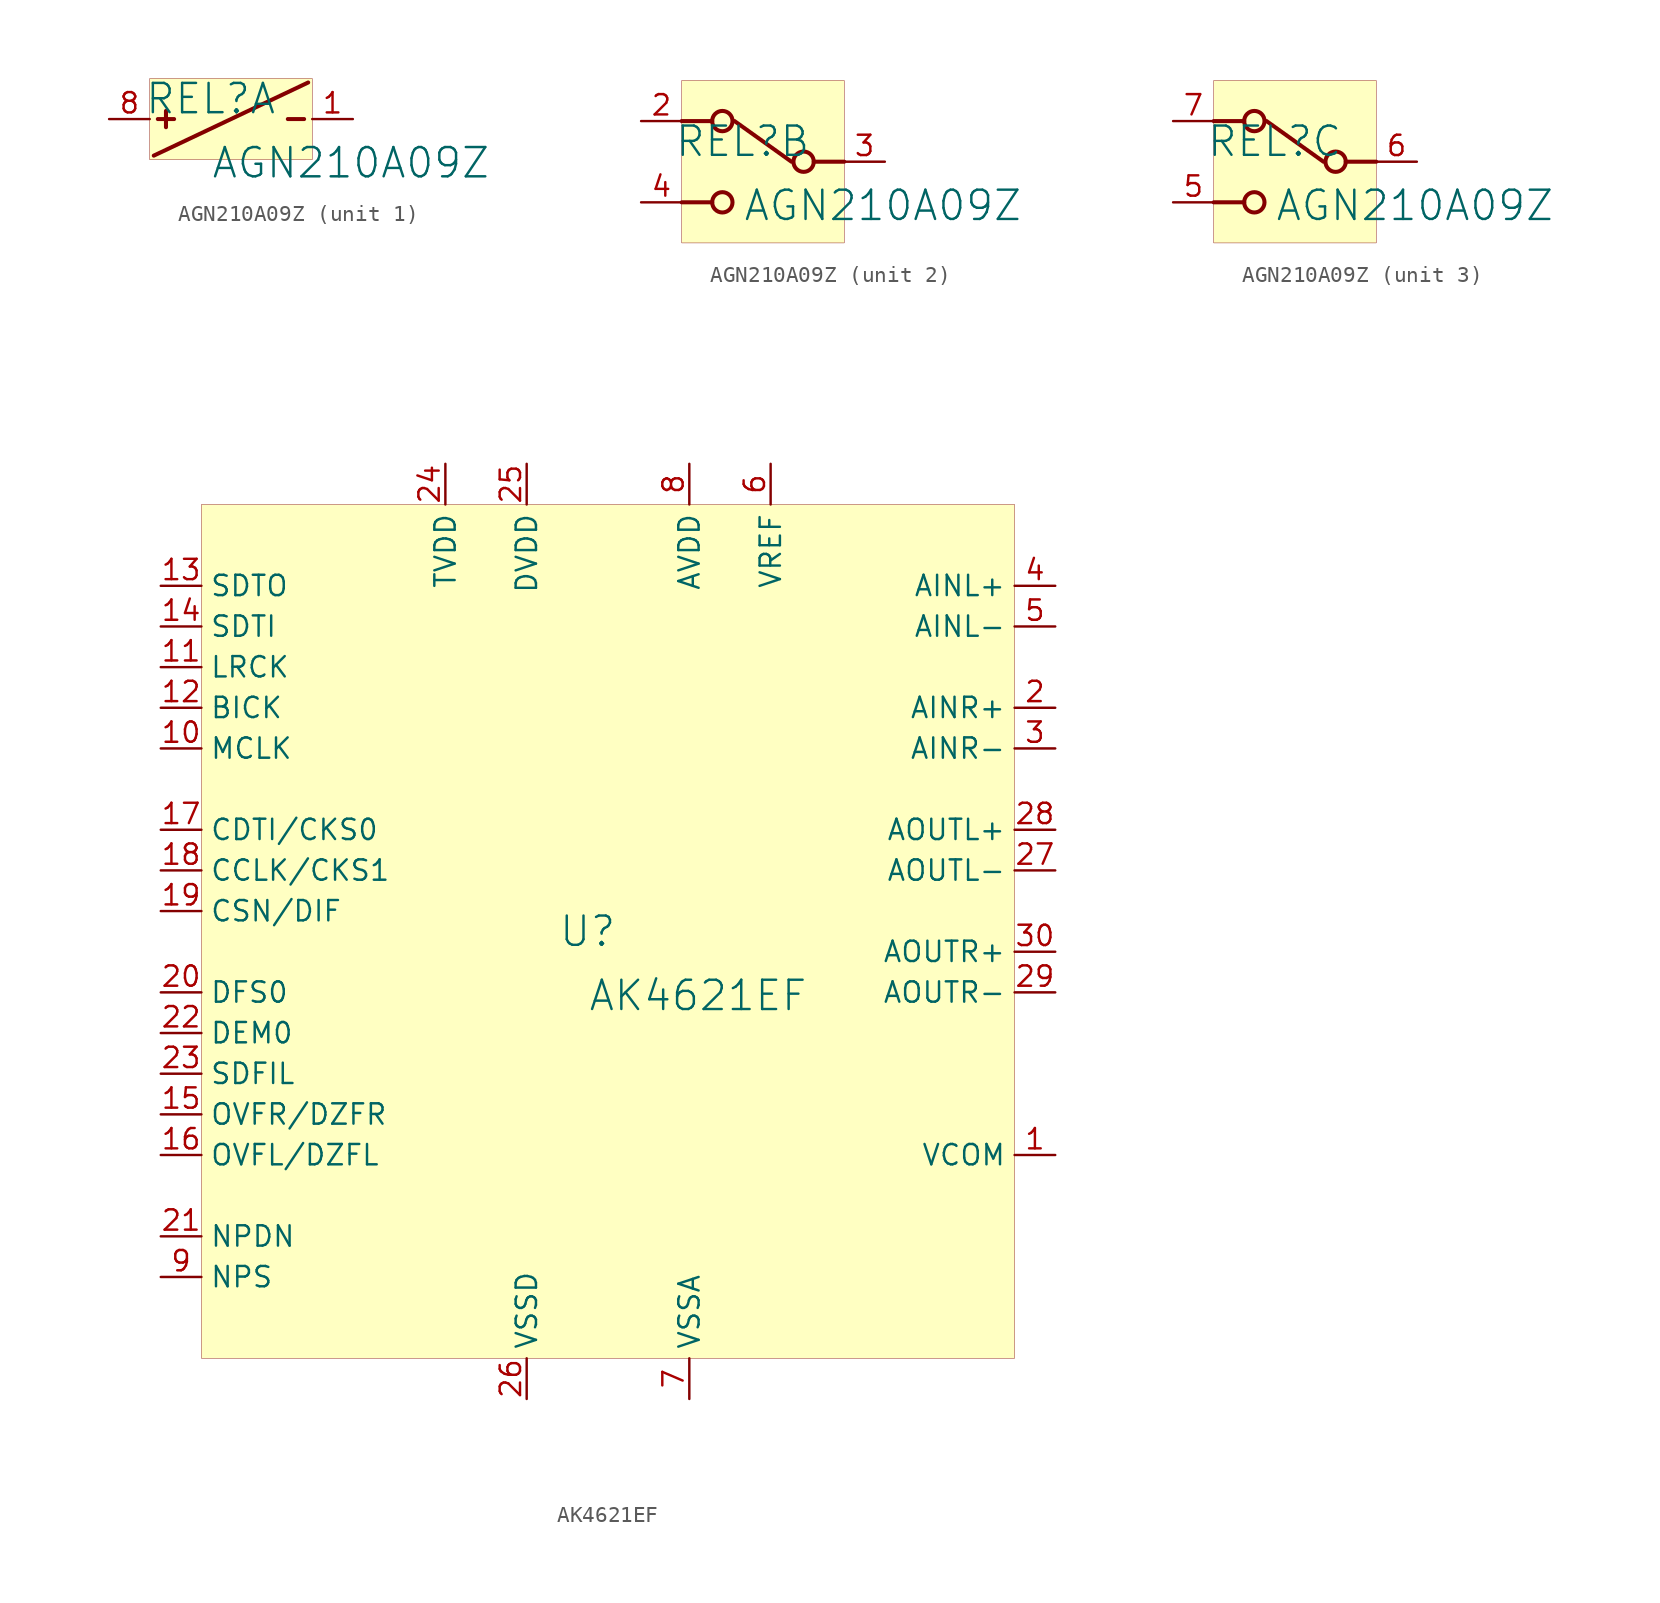
<source format=kicad_sym>
(kicad_symbol_lib
  (version 20231120)
  (generator "kicad_symbol_editor")
  (generator_version "8.0")
  (symbol "AGN210A09Z"
    (property "Reference" "REL"
      (at -1.27 1.27 0)
      (effects (font (size 1.829 1.829))))
    (property "Value" "AGN210A09Z"
      (at -1.27 -3.81 0)
      (effects (font (size 1.829 1.829)) (justify left bottom)))
    (symbol "AGN210A09Z_1_0"
      (polyline (pts (xy -4.826 -2.286) (xy 4.826 2.286)) (stroke (width 0.254) (type solid)) (fill (type none)))
      (polyline (pts (xy -4.572 0) (xy -3.556 0)) (stroke (width 0.254) (type solid)) (fill (type none)))
      (polyline (pts (xy -4.064 0.508) (xy -4.064 -0.508)) (stroke (width 0.254) (type solid)) (fill (type none)))
      (polyline (pts (xy 3.556 0) (xy 4.572 0)) (stroke (width 0.254) (type solid)) (fill (type none)))
      (rectangle (start 5.08 2.54) (end -5.08 -2.54) (stroke (width 0.025) (type solid) (color 128 0 0 1)) (fill (type background)))
      (pin passive line (at 7.62 0 180) (length 2.54) (name "C-" (effects (font (size 0 0)))) (number "1" (effects (font (size 1.27 1.27)))))
      (pin passive line (at -7.62 0 0) (length 2.54) (name "C+" (effects (font (size 0 0)))) (number "8" (effects (font (size 1.27 1.27))))))
    (symbol "AGN210A09Z_2_0"
      (circle (center -2.54 -2.54) (radius 0.635) (stroke (width 0.254) (type solid)) (fill (type none)))
      (circle (center -2.54 2.54) (radius 0.635) (stroke (width 0.254) (type solid)) (fill (type none)))
      (polyline (pts (xy -5.08 -2.54) (xy -3.175 -2.54)) (stroke (width 0.254) (type solid)) (fill (type none)))
      (polyline (pts (xy -5.08 2.54) (xy -3.175 2.54)) (stroke (width 0.254) (type solid)) (fill (type none)))
      (polyline (pts (xy -1.778 2.54) (xy 1.778 0)) (stroke (width 0.254) (type solid)) (fill (type none)))
      (polyline (pts (xy 5.08 0) (xy 3.175 0)) (stroke (width 0.254) (type solid)) (fill (type none)))
      (circle (center 2.54 0) (radius 0.635) (stroke (width 0.254) (type solid)) (fill (type none)))
      (rectangle (start 5.08 5.08) (end -5.08 -5.08) (stroke (width 0.025) (type solid) (color 128 0 0 1)) (fill (type background)))
      (pin passive line (at -7.62 2.54 0) (length 2.54) (name "NC1" (effects (font (size 0 0)))) (number "2" (effects (font (size 1.27 1.27)))))
      (pin passive line (at 7.62 0 180) (length 2.54) (name "COM1" (effects (font (size 0 0)))) (number "3" (effects (font (size 1.27 1.27)))))
      (pin passive line (at -7.62 -2.54 0) (length 2.54) (name "NO1" (effects (font (size 0 0)))) (number "4" (effects (font (size 1.27 1.27))))))
    (symbol "AGN210A09Z_3_0"
      (circle (center -2.54 -2.54) (radius 0.635) (stroke (width 0.254) (type solid)) (fill (type none)))
      (circle (center -2.54 2.54) (radius 0.635) (stroke (width 0.254) (type solid)) (fill (type none)))
      (polyline (pts (xy -5.08 -2.54) (xy -3.175 -2.54)) (stroke (width 0.254) (type solid)) (fill (type none)))
      (polyline (pts (xy -5.08 2.54) (xy -3.175 2.54)) (stroke (width 0.254) (type solid)) (fill (type none)))
      (polyline (pts (xy -1.778 2.54) (xy 1.778 0)) (stroke (width 0.254) (type solid)) (fill (type none)))
      (polyline (pts (xy 5.08 0) (xy 3.175 0)) (stroke (width 0.254) (type solid)) (fill (type none)))
      (circle (center 2.54 0) (radius 0.635) (stroke (width 0.254) (type solid)) (fill (type none)))
      (rectangle (start 5.08 5.08) (end -5.08 -5.08) (stroke (width 0.025) (type solid) (color 128 0 0 1)) (fill (type background)))
      (pin passive line (at -7.62 -2.54 0) (length 2.54) (name "NO2" (effects (font (size 0 0)))) (number "5" (effects (font (size 1.27 1.27)))))
      (pin passive line (at 7.62 0 180) (length 2.54) (name "COM2" (effects (font (size 0 0)))) (number "6" (effects (font (size 1.27 1.27)))))
      (pin passive line (at -7.62 2.54 0) (length 2.54) (name "NC2" (effects (font (size 0 0)))) (number "7" (effects (font (size 1.27 1.27)))))))
  (symbol "AK4621EF"
    (property "Reference" "U"
      (at -1.27 1.27 0)
      (effects (font (size 1.829 1.829))))
    (property "Value" "AK4621EF"
      (at -1.27 -3.81 0)
      (effects (font (size 1.829 1.829)) (justify left bottom)))
    (symbol "AK4621EF_1_0"
      (rectangle (start 25.4 27.94) (end -25.4 -25.4) (stroke (width 0.025) (type solid) (color 128 0 0 1)) (fill (type background)))
      (pin output line (at 27.94 -12.7 180) (length 2.54) (name "VCOM" (effects (font (size 1.27 1.27)))) (number "1" (effects (font (size 1.27 1.27)))))
      (pin input line (at -27.94 12.7 0) (length 2.54) (name "MCLK" (effects (font (size 1.27 1.27)))) (number "10" (effects (font (size 1.27 1.27)))))
      (pin input line (at -27.94 17.78 0) (length 2.54) (name "LRCK" (effects (font (size 1.27 1.27)))) (number "11" (effects (font (size 1.27 1.27)))))
      (pin input line (at -27.94 15.24 0) (length 2.54) (name "BICK" (effects (font (size 1.27 1.27)))) (number "12" (effects (font (size 1.27 1.27)))))
      (pin output line (at -27.94 22.86 0) (length 2.54) (name "SDTO" (effects (font (size 1.27 1.27)))) (number "13" (effects (font (size 1.27 1.27)))))
      (pin input line (at -27.94 20.32 0) (length 2.54) (name "SDTI" (effects (font (size 1.27 1.27)))) (number "14" (effects (font (size 1.27 1.27)))))
      (pin output line (at -27.94 -10.16 0) (length 2.54) (name "OVFR/DZFR" (effects (font (size 1.27 1.27)))) (number "15" (effects (font (size 1.27 1.27)))))
      (pin output line (at -27.94 -12.7 0) (length 2.54) (name "OVFL/DZFL" (effects (font (size 1.27 1.27)))) (number "16" (effects (font (size 1.27 1.27)))))
      (pin input line (at -27.94 7.62 0) (length 2.54) (name "CDTI/CKS0" (effects (font (size 1.27 1.27)))) (number "17" (effects (font (size 1.27 1.27)))))
      (pin input line (at -27.94 5.08 0) (length 2.54) (name "CCLK/CKS1" (effects (font (size 1.27 1.27)))) (number "18" (effects (font (size 1.27 1.27)))))
      (pin input line (at -27.94 2.54 0) (length 2.54) (name "CSN/DIF" (effects (font (size 1.27 1.27)))) (number "19" (effects (font (size 1.27 1.27)))))
      (pin input line (at 27.94 15.24 180) (length 2.54) (name "AINR+" (effects (font (size 1.27 1.27)))) (number "2" (effects (font (size 1.27 1.27)))))
      (pin input line (at -27.94 -2.54 0) (length 2.54) (name "DFS0" (effects (font (size 1.27 1.27)))) (number "20" (effects (font (size 1.27 1.27)))))
      (pin input line (at -27.94 -17.78 0) (length 2.54) (name "NPDN" (effects (font (size 1.27 1.27)))) (number "21" (effects (font (size 1.27 1.27)))))
      (pin input line (at -27.94 -5.08 0) (length 2.54) (name "DEM0" (effects (font (size 1.27 1.27)))) (number "22" (effects (font (size 1.27 1.27)))))
      (pin input line (at -27.94 -7.62 0) (length 2.54) (name "SDFIL" (effects (font (size 1.27 1.27)))) (number "23" (effects (font (size 1.27 1.27)))))
      (pin power_in line (at -10.16 30.48 270) (length 2.54) (name "TVDD" (effects (font (size 1.27 1.27)))) (number "24" (effects (font (size 1.27 1.27)))))
      (pin power_in line (at -5.08 30.48 270) (length 2.54) (name "DVDD" (effects (font (size 1.27 1.27)))) (number "25" (effects (font (size 1.27 1.27)))))
      (pin power_in line (at -5.08 -27.94 90) (length 2.54) (name "VSSD" (effects (font (size 1.27 1.27)))) (number "26" (effects (font (size 1.27 1.27)))))
      (pin output line (at 27.94 5.08 180) (length 2.54) (name "AOUTL-" (effects (font (size 1.27 1.27)))) (number "27" (effects (font (size 1.27 1.27)))))
      (pin output line (at 27.94 7.62 180) (length 2.54) (name "AOUTL+" (effects (font (size 1.27 1.27)))) (number "28" (effects (font (size 1.27 1.27)))))
      (pin output line (at 27.94 -2.54 180) (length 2.54) (name "AOUTR-" (effects (font (size 1.27 1.27)))) (number "29" (effects (font (size 1.27 1.27)))))
      (pin input line (at 27.94 12.7 180) (length 2.54) (name "AINR-" (effects (font (size 1.27 1.27)))) (number "3" (effects (font (size 1.27 1.27)))))
      (pin output line (at 27.94 0 180) (length 2.54) (name "AOUTR+" (effects (font (size 1.27 1.27)))) (number "30" (effects (font (size 1.27 1.27)))))
      (pin input line (at 27.94 22.86 180) (length 2.54) (name "AINL+" (effects (font (size 1.27 1.27)))) (number "4" (effects (font (size 1.27 1.27)))))
      (pin input line (at 27.94 20.32 180) (length 2.54) (name "AINL-" (effects (font (size 1.27 1.27)))) (number "5" (effects (font (size 1.27 1.27)))))
      (pin input line (at 10.16 30.48 270) (length 2.54) (name "VREF" (effects (font (size 1.27 1.27)))) (number "6" (effects (font (size 1.27 1.27)))))
      (pin power_in line (at 5.08 -27.94 90) (length 2.54) (name "VSSA" (effects (font (size 1.27 1.27)))) (number "7" (effects (font (size 1.27 1.27)))))
      (pin power_in line (at 5.08 30.48 270) (length 2.54) (name "AVDD" (effects (font (size 1.27 1.27)))) (number "8" (effects (font (size 1.27 1.27)))))
      (pin input line (at -27.94 -20.32 0) (length 2.54) (name "NPS" (effects (font (size 1.27 1.27)))) (number "9" (effects (font (size 1.27 1.27))))))))
</source>
